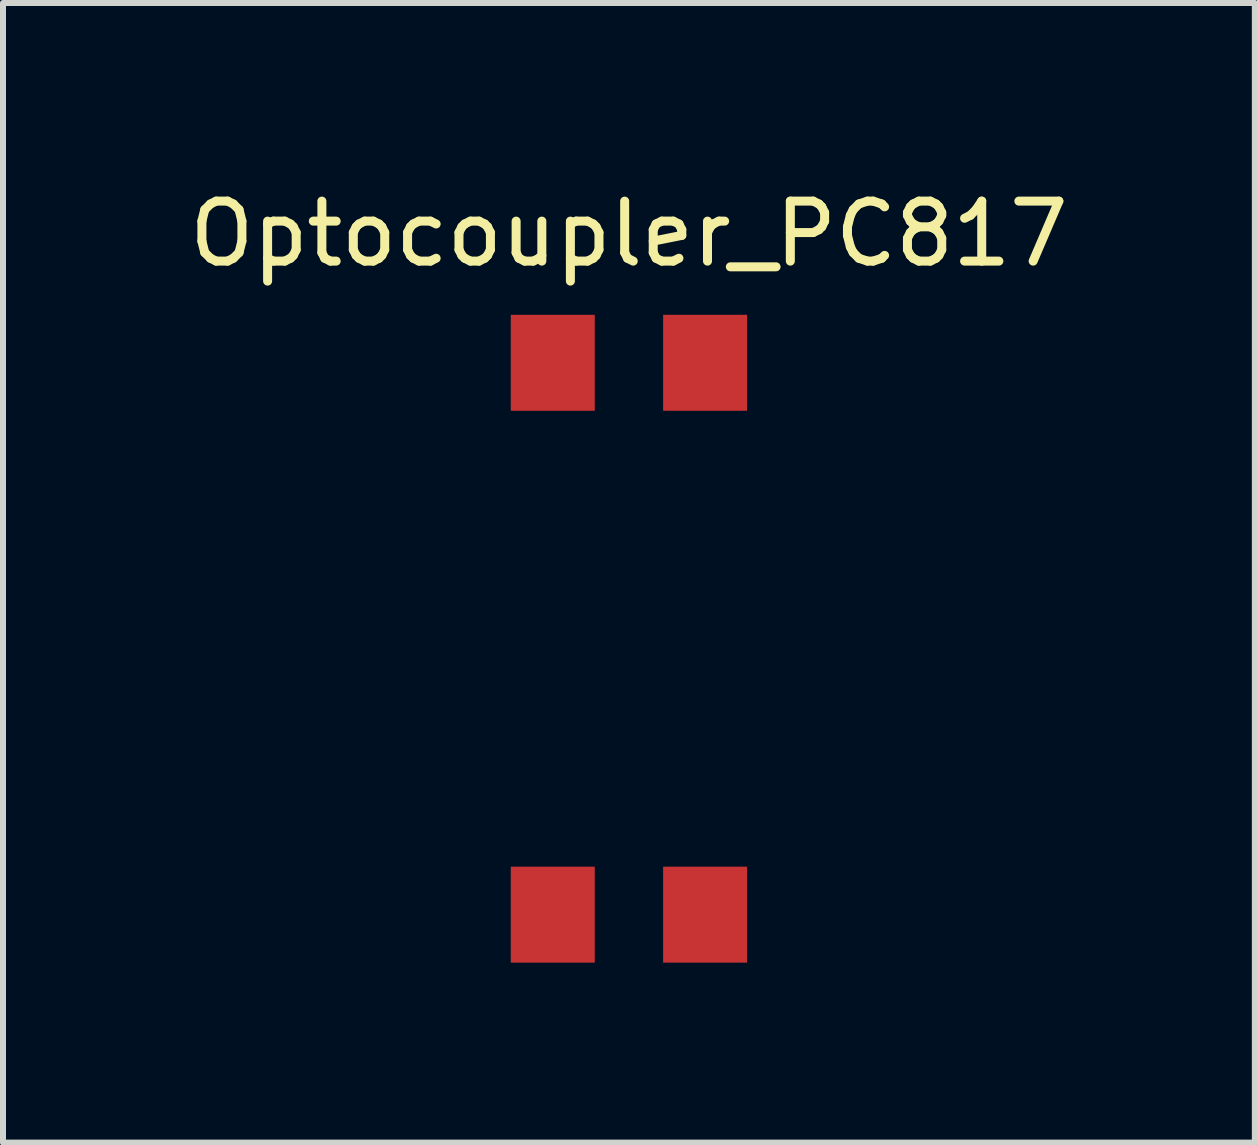
<source format=kicad_pcb>
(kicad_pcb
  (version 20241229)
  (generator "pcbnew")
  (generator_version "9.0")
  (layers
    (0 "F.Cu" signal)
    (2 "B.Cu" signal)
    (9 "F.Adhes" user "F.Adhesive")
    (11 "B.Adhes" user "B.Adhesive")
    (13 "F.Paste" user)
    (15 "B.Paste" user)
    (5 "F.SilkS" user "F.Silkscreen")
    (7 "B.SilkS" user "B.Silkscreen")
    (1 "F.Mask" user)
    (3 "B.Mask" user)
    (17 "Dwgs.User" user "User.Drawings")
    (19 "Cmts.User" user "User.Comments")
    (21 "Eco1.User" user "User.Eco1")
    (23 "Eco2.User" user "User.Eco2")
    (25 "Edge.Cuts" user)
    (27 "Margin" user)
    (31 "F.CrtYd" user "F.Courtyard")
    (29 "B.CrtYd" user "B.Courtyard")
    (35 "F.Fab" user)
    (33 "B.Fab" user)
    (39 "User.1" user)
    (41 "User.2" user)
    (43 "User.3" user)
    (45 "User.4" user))
  (footprint "Optocoupler_PC817"
    (layer "F.Cu")
    (at 7.435 7.598)
    (property "Reference" "Optocoupler_PC817" (at 0 -6.75 0) (layer "F.SilkS") (effects (font (size 1 1) (thickness 0.15))))
    (attr through_hole)
    (pad "1" smd rect (at 1.27 -4.6) (size 1.4 1.6) (layers "F.Cu" "F.Mask" "F.Paste"))
    (pad "2" smd rect (at -1.27 -4.6) (size 1.4 1.6) (layers "F.Cu" "F.Mask" "F.Paste"))
    (pad "3" smd rect (at -1.27 4.6) (size 1.4 1.6) (layers "F.Cu" "F.Mask" "F.Paste"))
    (pad "4" smd rect (at 1.27 4.6) (size 1.4 1.6) (layers "F.Cu" "F.Mask" "F.Paste")))
  (gr_rect
    (start -3 -3)
    (end 17.869 15.998)
    (stroke (width 0.1) (type default))
    (fill no)
    (layer "Edge.Cuts")))
</source>
